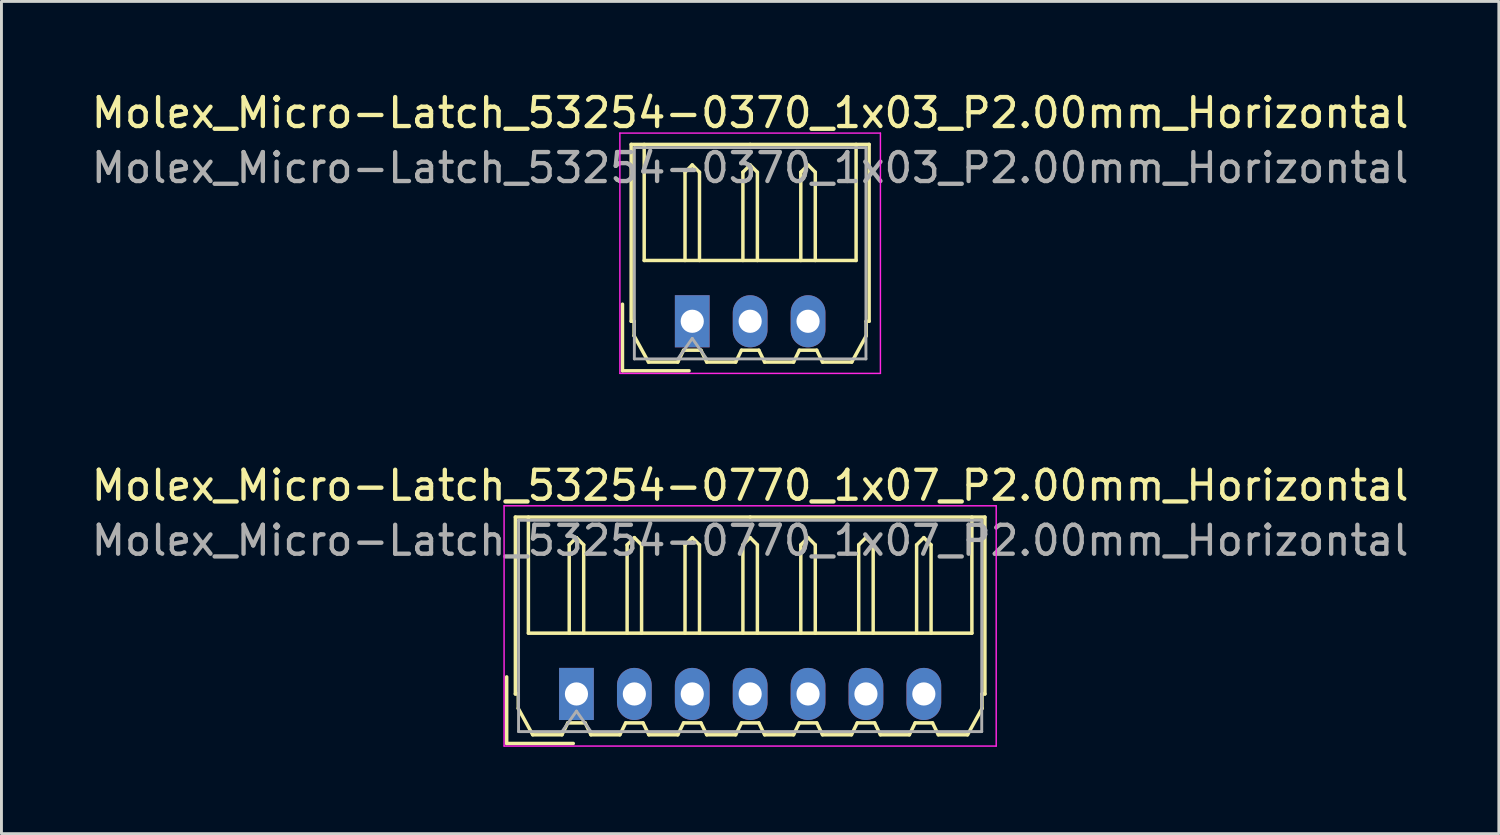
<source format=kicad_pcb>
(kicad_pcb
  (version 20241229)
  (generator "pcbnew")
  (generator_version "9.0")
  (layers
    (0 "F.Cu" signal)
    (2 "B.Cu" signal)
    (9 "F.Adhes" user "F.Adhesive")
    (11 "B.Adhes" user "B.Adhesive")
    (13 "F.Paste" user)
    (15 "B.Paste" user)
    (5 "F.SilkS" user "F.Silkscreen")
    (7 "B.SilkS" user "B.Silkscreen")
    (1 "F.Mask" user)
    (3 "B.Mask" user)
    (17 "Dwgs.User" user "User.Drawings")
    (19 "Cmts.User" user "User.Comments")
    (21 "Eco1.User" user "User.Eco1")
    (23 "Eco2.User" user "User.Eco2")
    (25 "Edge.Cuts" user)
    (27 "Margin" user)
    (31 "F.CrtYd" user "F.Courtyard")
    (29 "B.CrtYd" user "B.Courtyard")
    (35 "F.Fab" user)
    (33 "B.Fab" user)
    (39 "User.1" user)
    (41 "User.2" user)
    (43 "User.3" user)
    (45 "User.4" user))
  (footprint "Molex_Micro-Latch_53254-0370_1x03_P2.00mm_Horizontal"
    (layer "F.Cu")
    (at 20.863 8.048)
    (property "Reference" "Molex_Micro-Latch_53254-0370_1x03_P2.00mm_Horizontal" (at 2 -7.2 0) (layer "F.SilkS") (effects (font (size 1 1) (thickness 0.15))))
    (attr through_hole)
    (fp_line (start -2.41 1.71) (end -2.41 -0.59) (stroke (width 0.12) (type solid)) (layer "F.SilkS"))
    (fp_line (start -2.11 -6.11) (end 2 -6.11) (stroke (width 0.12) (type solid)) (layer "F.SilkS"))
    (fp_line (start -2.11 0) (end -2.11 -6.11) (stroke (width 0.12) (type solid)) (layer "F.SilkS"))
    (fp_line (start -2.01 0) (end -2.11 0) (stroke (width 0.12) (type solid)) (layer "F.SilkS"))
    (fp_line (start -2.01 0.5) (end -2.01 0) (stroke (width 0.12) (type solid)) (layer "F.SilkS"))
    (fp_line (start -1.66 -6.11) (end -1.66 -2.1) (stroke (width 0.12) (type solid)) (layer "F.SilkS"))
    (fp_line (start -1.66 -2.1) (end 5.66 -2.1) (stroke (width 0.12) (type solid)) (layer "F.SilkS"))
    (fp_line (start -1.51 1.41) (end -2.01 0.5) (stroke (width 0.12) (type solid)) (layer "F.SilkS"))
    (fp_line (start -0.5 1.41) (end -1.51 1.41) (stroke (width 0.12) (type solid)) (layer "F.SilkS"))
    (fp_line (start -0.3 1) (end -0.5 1.41) (stroke (width 0.12) (type solid)) (layer "F.SilkS"))
    (fp_line (start -0.3 1) (end 0.3 1) (stroke (width 0.12) (type solid)) (layer "F.SilkS"))
    (fp_line (start -0.25 -5.15) (end 0 -5.4) (stroke (width 0.12) (type solid)) (layer "F.SilkS"))
    (fp_line (start -0.25 -2.1) (end -0.25 -5.15) (stroke (width 0.12) (type solid)) (layer "F.SilkS"))
    (fp_line (start -0.11 1.71) (end -2.41 1.71) (stroke (width 0.12) (type solid)) (layer "F.SilkS"))
    (fp_line (start 0 -5.4) (end 0.25 -5.15) (stroke (width 0.12) (type solid)) (layer "F.SilkS"))
    (fp_line (start 0.25 -5.15) (end 0.25 -2.1) (stroke (width 0.12) (type solid)) (layer "F.SilkS"))
    (fp_line (start 0.3 1) (end 0.5 1.41) (stroke (width 0.12) (type solid)) (layer "F.SilkS"))
    (fp_line (start 0.5 1.41) (end 1.5 1.41) (stroke (width 0.12) (type solid)) (layer "F.SilkS"))
    (fp_line (start 1.5 1.41) (end 1.7 1) (stroke (width 0.12) (type solid)) (layer "F.SilkS"))
    (fp_line (start 1.7 1) (end 2.3 1) (stroke (width 0.12) (type solid)) (layer "F.SilkS"))
    (fp_line (start 1.75 -5.15) (end 2 -5.4) (stroke (width 0.12) (type solid)) (layer "F.SilkS"))
    (fp_line (start 1.75 -2.1) (end 1.75 -5.15) (stroke (width 0.12) (type solid)) (layer "F.SilkS"))
    (fp_line (start 2 -5.4) (end 2.25 -5.15) (stroke (width 0.12) (type solid)) (layer "F.SilkS"))
    (fp_line (start 2.25 -5.15) (end 2.25 -2.1) (stroke (width 0.12) (type solid)) (layer "F.SilkS"))
    (fp_line (start 2.3 1) (end 2.5 1.41) (stroke (width 0.12) (type solid)) (layer "F.SilkS"))
    (fp_line (start 2.5 1.41) (end 3.5 1.41) (stroke (width 0.12) (type solid)) (layer "F.SilkS"))
    (fp_line (start 3.5 1.41) (end 3.7 1) (stroke (width 0.12) (type solid)) (layer "F.SilkS"))
    (fp_line (start 3.7 1) (end 4.3 1) (stroke (width 0.12) (type solid)) (layer "F.SilkS"))
    (fp_line (start 3.75 -5.15) (end 4 -5.4) (stroke (width 0.12) (type solid)) (layer "F.SilkS"))
    (fp_line (start 3.75 -2.1) (end 3.75 -5.15) (stroke (width 0.12) (type solid)) (layer "F.SilkS"))
    (fp_line (start 4 -5.4) (end 4.25 -5.15) (stroke (width 0.12) (type solid)) (layer "F.SilkS"))
    (fp_line (start 4.25 -5.15) (end 4.25 -2.1) (stroke (width 0.12) (type solid)) (layer "F.SilkS"))
    (fp_line (start 4.3 1) (end 4.5 1.41) (stroke (width 0.12) (type solid)) (layer "F.SilkS"))
    (fp_line (start 4.5 1.41) (end 5.51 1.41) (stroke (width 0.12) (type solid)) (layer "F.SilkS"))
    (fp_line (start 5.51 1.41) (end 6.01 0.5) (stroke (width 0.12) (type solid)) (layer "F.SilkS"))
    (fp_line (start 5.66 -2.1) (end 5.66 -6.11) (stroke (width 0.12) (type solid)) (layer "F.SilkS"))
    (fp_line (start 6.01 0) (end 6.11 0) (stroke (width 0.12) (type solid)) (layer "F.SilkS"))
    (fp_line (start 6.01 0.5) (end 6.01 0) (stroke (width 0.12) (type solid)) (layer "F.SilkS"))
    (fp_line (start 6.11 -6.11) (end 2 -6.11) (stroke (width 0.12) (type solid)) (layer "F.SilkS"))
    (fp_line (start 6.11 0) (end 6.11 -6.11) (stroke (width 0.12) (type solid)) (layer "F.SilkS"))
    (fp_line (start -2.5 -6.5) (end -2.5 1.8) (stroke (width 0.05) (type solid)) (layer "F.CrtYd"))
    (fp_line (start -2.5 1.8) (end 6.5 1.8) (stroke (width 0.05) (type solid)) (layer "F.CrtYd"))
    (fp_line (start 6.5 -6.5) (end -2.5 -6.5) (stroke (width 0.05) (type solid)) (layer "F.CrtYd"))
    (fp_line (start 6.5 1.8) (end 6.5 -6.5) (stroke (width 0.05) (type solid)) (layer "F.CrtYd"))
    (fp_line (start -2 -6) (end -2 1.3) (stroke (width 0.1) (type solid)) (layer "F.Fab"))
    (fp_line (start -2 1.3) (end 6 1.3) (stroke (width 0.1) (type solid)) (layer "F.Fab"))
    (fp_line (start -0.5 1.3) (end 0 0.593) (stroke (width 0.1) (type solid)) (layer "F.Fab"))
    (fp_line (start 0 0.593) (end 0.5 1.3) (stroke (width 0.1) (type solid)) (layer "F.Fab"))
    (fp_line (start 6 -6) (end -2 -6) (stroke (width 0.1) (type solid)) (layer "F.Fab"))
    (fp_line (start 6 1.3) (end 6 -6) (stroke (width 0.1) (type solid)) (layer "F.Fab"))
    (fp_text user "${REFERENCE}" (at 2 -5.3 0) (layer "F.Fab") (effects (font (size 1 1) (thickness 0.15))))
    (pad "1" thru_hole rect (at 0 0) (size 1.2 1.8) (drill 0.8) (layers "*.Cu" "*.Mask"))
    (pad "2" thru_hole oval (at 2 0) (size 1.2 1.8) (drill 0.8) (layers "*.Cu" "*.Mask"))
    (pad "3" thru_hole oval (at 4 0) (size 1.2 1.8) (drill 0.8) (layers "*.Cu" "*.Mask")))
  (footprint "Molex_Micro-Latch_53254-0770_1x07_P2.00mm_Horizontal"
    (layer "F.Cu")
    (at 16.863 20.922)
    (property "Reference" "Molex_Micro-Latch_53254-0770_1x07_P2.00mm_Horizontal" (at 6 -7.2 0) (layer "F.SilkS") (effects (font (size 1 1) (thickness 0.15))))
    (attr through_hole)
    (fp_line (start -2.41 1.71) (end -2.41 -0.59) (stroke (width 0.12) (type solid)) (layer "F.SilkS"))
    (fp_line (start -2.11 -6.11) (end 6 -6.11) (stroke (width 0.12) (type solid)) (layer "F.SilkS"))
    (fp_line (start -2.11 0) (end -2.11 -6.11) (stroke (width 0.12) (type solid)) (layer "F.SilkS"))
    (fp_line (start -2.01 0) (end -2.11 0) (stroke (width 0.12) (type solid)) (layer "F.SilkS"))
    (fp_line (start -2.01 0.5) (end -2.01 0) (stroke (width 0.12) (type solid)) (layer "F.SilkS"))
    (fp_line (start -1.66 -6.11) (end -1.66 -2.1) (stroke (width 0.12) (type solid)) (layer "F.SilkS"))
    (fp_line (start -1.66 -2.1) (end 13.66 -2.1) (stroke (width 0.12) (type solid)) (layer "F.SilkS"))
    (fp_line (start -1.51 1.41) (end -2.01 0.5) (stroke (width 0.12) (type solid)) (layer "F.SilkS"))
    (fp_line (start -0.5 1.41) (end -1.51 1.41) (stroke (width 0.12) (type solid)) (layer "F.SilkS"))
    (fp_line (start -0.3 1) (end -0.5 1.41) (stroke (width 0.12) (type solid)) (layer "F.SilkS"))
    (fp_line (start -0.3 1) (end 0.3 1) (stroke (width 0.12) (type solid)) (layer "F.SilkS"))
    (fp_line (start -0.25 -5.15) (end 0 -5.4) (stroke (width 0.12) (type solid)) (layer "F.SilkS"))
    (fp_line (start -0.25 -2.1) (end -0.25 -5.15) (stroke (width 0.12) (type solid)) (layer "F.SilkS"))
    (fp_line (start -0.11 1.71) (end -2.41 1.71) (stroke (width 0.12) (type solid)) (layer "F.SilkS"))
    (fp_line (start 0 -5.4) (end 0.25 -5.15) (stroke (width 0.12) (type solid)) (layer "F.SilkS"))
    (fp_line (start 0.25 -5.15) (end 0.25 -2.1) (stroke (width 0.12) (type solid)) (layer "F.SilkS"))
    (fp_line (start 0.3 1) (end 0.5 1.41) (stroke (width 0.12) (type solid)) (layer "F.SilkS"))
    (fp_line (start 0.5 1.41) (end 1.5 1.41) (stroke (width 0.12) (type solid)) (layer "F.SilkS"))
    (fp_line (start 1.5 1.41) (end 1.7 1) (stroke (width 0.12) (type solid)) (layer "F.SilkS"))
    (fp_line (start 1.7 1) (end 2.3 1) (stroke (width 0.12) (type solid)) (layer "F.SilkS"))
    (fp_line (start 1.75 -5.15) (end 2 -5.4) (stroke (width 0.12) (type solid)) (layer "F.SilkS"))
    (fp_line (start 1.75 -2.1) (end 1.75 -5.15) (stroke (width 0.12) (type solid)) (layer "F.SilkS"))
    (fp_line (start 2 -5.4) (end 2.25 -5.15) (stroke (width 0.12) (type solid)) (layer "F.SilkS"))
    (fp_line (start 2.25 -5.15) (end 2.25 -2.1) (stroke (width 0.12) (type solid)) (layer "F.SilkS"))
    (fp_line (start 2.3 1) (end 2.5 1.41) (stroke (width 0.12) (type solid)) (layer "F.SilkS"))
    (fp_line (start 2.5 1.41) (end 3.5 1.41) (stroke (width 0.12) (type solid)) (layer "F.SilkS"))
    (fp_line (start 3.5 1.41) (end 3.7 1) (stroke (width 0.12) (type solid)) (layer "F.SilkS"))
    (fp_line (start 3.7 1) (end 4.3 1) (stroke (width 0.12) (type solid)) (layer "F.SilkS"))
    (fp_line (start 3.75 -5.15) (end 4 -5.4) (stroke (width 0.12) (type solid)) (layer "F.SilkS"))
    (fp_line (start 3.75 -2.1) (end 3.75 -5.15) (stroke (width 0.12) (type solid)) (layer "F.SilkS"))
    (fp_line (start 4 -5.4) (end 4.25 -5.15) (stroke (width 0.12) (type solid)) (layer "F.SilkS"))
    (fp_line (start 4.25 -5.15) (end 4.25 -2.1) (stroke (width 0.12) (type solid)) (layer "F.SilkS"))
    (fp_line (start 4.3 1) (end 4.5 1.41) (stroke (width 0.12) (type solid)) (layer "F.SilkS"))
    (fp_line (start 4.5 1.41) (end 5.5 1.41) (stroke (width 0.12) (type solid)) (layer "F.SilkS"))
    (fp_line (start 5.5 1.41) (end 5.7 1) (stroke (width 0.12) (type solid)) (layer "F.SilkS"))
    (fp_line (start 5.7 1) (end 6.3 1) (stroke (width 0.12) (type solid)) (layer "F.SilkS"))
    (fp_line (start 5.75 -5.15) (end 6 -5.4) (stroke (width 0.12) (type solid)) (layer "F.SilkS"))
    (fp_line (start 5.75 -2.1) (end 5.75 -5.15) (stroke (width 0.12) (type solid)) (layer "F.SilkS"))
    (fp_line (start 6 -5.4) (end 6.25 -5.15) (stroke (width 0.12) (type solid)) (layer "F.SilkS"))
    (fp_line (start 6.25 -5.15) (end 6.25 -2.1) (stroke (width 0.12) (type solid)) (layer "F.SilkS"))
    (fp_line (start 6.3 1) (end 6.5 1.41) (stroke (width 0.12) (type solid)) (layer "F.SilkS"))
    (fp_line (start 6.5 1.41) (end 7.5 1.41) (stroke (width 0.12) (type solid)) (layer "F.SilkS"))
    (fp_line (start 7.5 1.41) (end 7.7 1) (stroke (width 0.12) (type solid)) (layer "F.SilkS"))
    (fp_line (start 7.7 1) (end 8.3 1) (stroke (width 0.12) (type solid)) (layer "F.SilkS"))
    (fp_line (start 7.75 -5.15) (end 8 -5.4) (stroke (width 0.12) (type solid)) (layer "F.SilkS"))
    (fp_line (start 7.75 -2.1) (end 7.75 -5.15) (stroke (width 0.12) (type solid)) (layer "F.SilkS"))
    (fp_line (start 8 -5.4) (end 8.25 -5.15) (stroke (width 0.12) (type solid)) (layer "F.SilkS"))
    (fp_line (start 8.25 -5.15) (end 8.25 -2.1) (stroke (width 0.12) (type solid)) (layer "F.SilkS"))
    (fp_line (start 8.3 1) (end 8.5 1.41) (stroke (width 0.12) (type solid)) (layer "F.SilkS"))
    (fp_line (start 8.5 1.41) (end 9.5 1.41) (stroke (width 0.12) (type solid)) (layer "F.SilkS"))
    (fp_line (start 9.5 1.41) (end 9.7 1) (stroke (width 0.12) (type solid)) (layer "F.SilkS"))
    (fp_line (start 9.7 1) (end 10.3 1) (stroke (width 0.12) (type solid)) (layer "F.SilkS"))
    (fp_line (start 9.75 -5.15) (end 10 -5.4) (stroke (width 0.12) (type solid)) (layer "F.SilkS"))
    (fp_line (start 9.75 -2.1) (end 9.75 -5.15) (stroke (width 0.12) (type solid)) (layer "F.SilkS"))
    (fp_line (start 10 -5.4) (end 10.25 -5.15) (stroke (width 0.12) (type solid)) (layer "F.SilkS"))
    (fp_line (start 10.25 -5.15) (end 10.25 -2.1) (stroke (width 0.12) (type solid)) (layer "F.SilkS"))
    (fp_line (start 10.3 1) (end 10.5 1.41) (stroke (width 0.12) (type solid)) (layer "F.SilkS"))
    (fp_line (start 10.5 1.41) (end 11.5 1.41) (stroke (width 0.12) (type solid)) (layer "F.SilkS"))
    (fp_line (start 11.5 1.41) (end 11.7 1) (stroke (width 0.12) (type solid)) (layer "F.SilkS"))
    (fp_line (start 11.7 1) (end 12.3 1) (stroke (width 0.12) (type solid)) (layer "F.SilkS"))
    (fp_line (start 11.75 -5.15) (end 12 -5.4) (stroke (width 0.12) (type solid)) (layer "F.SilkS"))
    (fp_line (start 11.75 -2.1) (end 11.75 -5.15) (stroke (width 0.12) (type solid)) (layer "F.SilkS"))
    (fp_line (start 12 -5.4) (end 12.25 -5.15) (stroke (width 0.12) (type solid)) (layer "F.SilkS"))
    (fp_line (start 12.25 -5.15) (end 12.25 -2.1) (stroke (width 0.12) (type solid)) (layer "F.SilkS"))
    (fp_line (start 12.3 1) (end 12.5 1.41) (stroke (width 0.12) (type solid)) (layer "F.SilkS"))
    (fp_line (start 12.5 1.41) (end 13.51 1.41) (stroke (width 0.12) (type solid)) (layer "F.SilkS"))
    (fp_line (start 13.51 1.41) (end 14.01 0.5) (stroke (width 0.12) (type solid)) (layer "F.SilkS"))
    (fp_line (start 13.66 -2.1) (end 13.66 -6.11) (stroke (width 0.12) (type solid)) (layer "F.SilkS"))
    (fp_line (start 14.01 0) (end 14.11 0) (stroke (width 0.12) (type solid)) (layer "F.SilkS"))
    (fp_line (start 14.01 0.5) (end 14.01 0) (stroke (width 0.12) (type solid)) (layer "F.SilkS"))
    (fp_line (start 14.11 -6.11) (end 6 -6.11) (stroke (width 0.12) (type solid)) (layer "F.SilkS"))
    (fp_line (start 14.11 0) (end 14.11 -6.11) (stroke (width 0.12) (type solid)) (layer "F.SilkS"))
    (fp_line (start -2.5 -6.5) (end -2.5 1.8) (stroke (width 0.05) (type solid)) (layer "F.CrtYd"))
    (fp_line (start -2.5 1.8) (end 14.5 1.8) (stroke (width 0.05) (type solid)) (layer "F.CrtYd"))
    (fp_line (start 14.5 -6.5) (end -2.5 -6.5) (stroke (width 0.05) (type solid)) (layer "F.CrtYd"))
    (fp_line (start 14.5 1.8) (end 14.5 -6.5) (stroke (width 0.05) (type solid)) (layer "F.CrtYd"))
    (fp_line (start -2 -6) (end -2 1.3) (stroke (width 0.1) (type solid)) (layer "F.Fab"))
    (fp_line (start -2 1.3) (end 14 1.3) (stroke (width 0.1) (type solid)) (layer "F.Fab"))
    (fp_line (start -0.5 1.3) (end 0 0.593) (stroke (width 0.1) (type solid)) (layer "F.Fab"))
    (fp_line (start 0 0.593) (end 0.5 1.3) (stroke (width 0.1) (type solid)) (layer "F.Fab"))
    (fp_line (start 14 -6) (end -2 -6) (stroke (width 0.1) (type solid)) (layer "F.Fab"))
    (fp_line (start 14 1.3) (end 14 -6) (stroke (width 0.1) (type solid)) (layer "F.Fab"))
    (fp_text user "${REFERENCE}" (at 6 -5.3 0) (layer "F.Fab") (effects (font (size 1 1) (thickness 0.15))))
    (pad "1" thru_hole rect (at 0 0) (size 1.2 1.8) (drill 0.8) (layers "*.Cu" "*.Mask"))
    (pad "2" thru_hole oval (at 2 0) (size 1.2 1.8) (drill 0.8) (layers "*.Cu" "*.Mask"))
    (pad "3" thru_hole oval (at 4 0) (size 1.2 1.8) (drill 0.8) (layers "*.Cu" "*.Mask"))
    (pad "4" thru_hole oval (at 6 0) (size 1.2 1.8) (drill 0.8) (layers "*.Cu" "*.Mask"))
    (pad "5" thru_hole oval (at 8 0) (size 1.2 1.8) (drill 0.8) (layers "*.Cu" "*.Mask"))
    (pad "6" thru_hole oval (at 10 0) (size 1.2 1.8) (drill 0.8) (layers "*.Cu" "*.Mask"))
    (pad "7" thru_hole oval (at 12 0) (size 1.2 1.8) (drill 0.8) (layers "*.Cu" "*.Mask")))
  (gr_rect
    (start -3 -3)
    (end 48.726 25.747)
    (stroke (width 0.1) (type default))
    (fill no)
    (layer "Edge.Cuts")))
</source>
